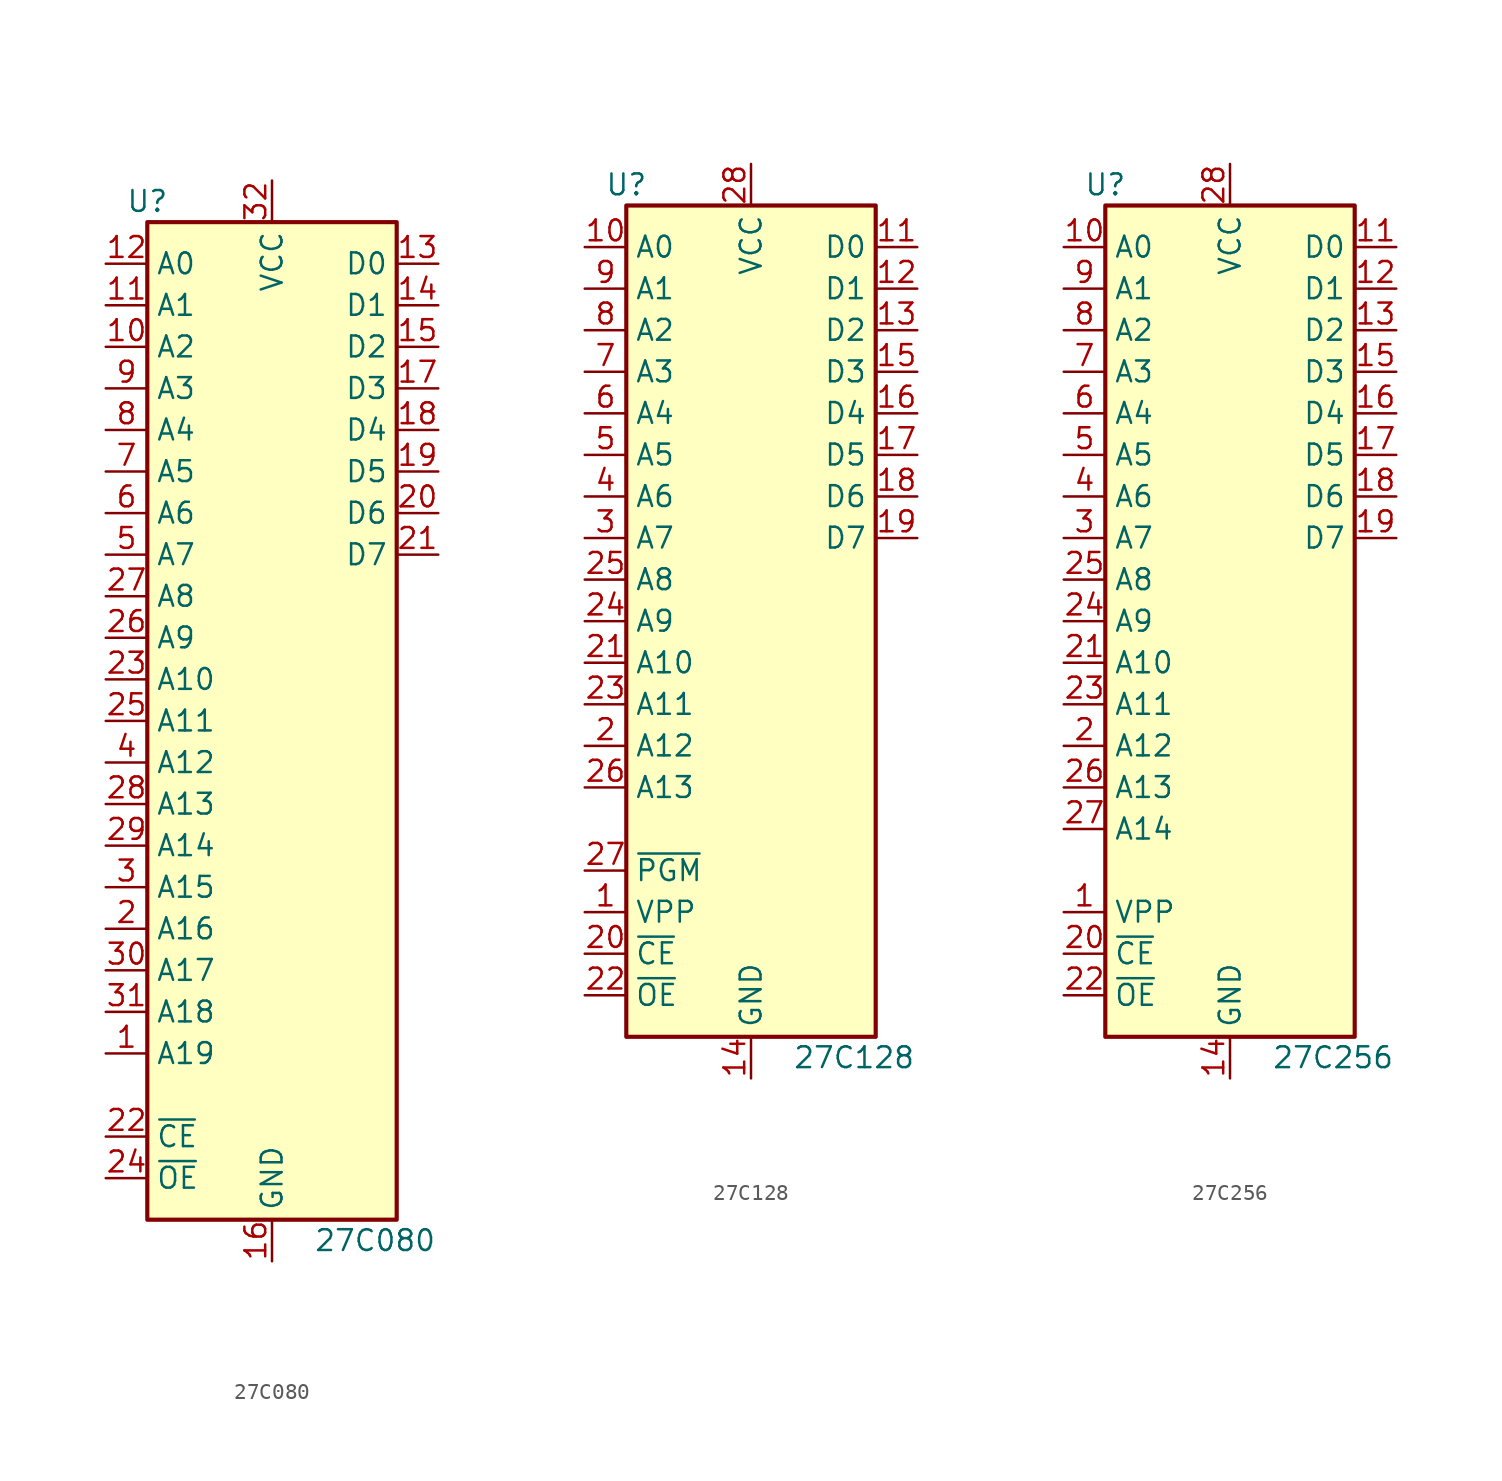
<source format=kicad_sym>
(kicad_symbol_lib
  (version 20201005)
  (generator kicad_symbol_editor)
  (symbol "Memory_EPROM:27C080"
    (property "Reference" "U"
      (at -7.62 31.75 0)
      (effects (font (size 1.27 1.27))))
    (property "Value" "27C080"
      (at 2.54 -31.75 0)
      (effects (font (size 1.27 1.27)) (justify left)))
    (symbol "27C080_1_1"
      (rectangle (start -7.62 30.48) (end 7.62 -30.48) (stroke (width 0.254)) (fill (type background)))
      (pin input line (at -10.16 -20.32 0) (length 2.54) (name "A19" (effects (font (size 1.27 1.27)))) (number "1" (effects (font (size 1.27 1.27)))))
      (pin input line (at -10.16 -12.7 0) (length 2.54) (name "A16" (effects (font (size 1.27 1.27)))) (number "2" (effects (font (size 1.27 1.27)))))
      (pin input line (at -10.16 -10.16 0) (length 2.54) (name "A15" (effects (font (size 1.27 1.27)))) (number "3" (effects (font (size 1.27 1.27)))))
      (pin input line (at -10.16 -2.54 0) (length 2.54) (name "A12" (effects (font (size 1.27 1.27)))) (number "4" (effects (font (size 1.27 1.27)))))
      (pin input line (at -10.16 10.16 0) (length 2.54) (name "A7" (effects (font (size 1.27 1.27)))) (number "5" (effects (font (size 1.27 1.27)))))
      (pin input line (at -10.16 12.7 0) (length 2.54) (name "A6" (effects (font (size 1.27 1.27)))) (number "6" (effects (font (size 1.27 1.27)))))
      (pin input line (at -10.16 15.24 0) (length 2.54) (name "A5" (effects (font (size 1.27 1.27)))) (number "7" (effects (font (size 1.27 1.27)))))
      (pin input line (at -10.16 17.78 0) (length 2.54) (name "A4" (effects (font (size 1.27 1.27)))) (number "8" (effects (font (size 1.27 1.27)))))
      (pin input line (at -10.16 20.32 0) (length 2.54) (name "A3" (effects (font (size 1.27 1.27)))) (number "9" (effects (font (size 1.27 1.27)))))
      (pin input line (at -10.16 22.86 0) (length 2.54) (name "A2" (effects (font (size 1.27 1.27)))) (number "10" (effects (font (size 1.27 1.27)))))
      (pin tri_state line (at 10.16 12.7 180) (length 2.54) (name "D6" (effects (font (size 1.27 1.27)))) (number "20" (effects (font (size 1.27 1.27)))))
      (pin input line (at -10.16 -15.24 0) (length 2.54) (name "A17" (effects (font (size 1.27 1.27)))) (number "30" (effects (font (size 1.27 1.27)))))
      (pin input line (at -10.16 25.4 0) (length 2.54) (name "A1" (effects (font (size 1.27 1.27)))) (number "11" (effects (font (size 1.27 1.27)))))
      (pin tri_state line (at 10.16 10.16 180) (length 2.54) (name "D7" (effects (font (size 1.27 1.27)))) (number "21" (effects (font (size 1.27 1.27)))))
      (pin input line (at -10.16 -17.78 0) (length 2.54) (name "A18" (effects (font (size 1.27 1.27)))) (number "31" (effects (font (size 1.27 1.27)))))
      (pin input line (at -10.16 27.94 0) (length 2.54) (name "A0" (effects (font (size 1.27 1.27)))) (number "12" (effects (font (size 1.27 1.27)))))
      (pin input line (at -10.16 -25.4 0) (length 2.54) (name "~CE" (effects (font (size 1.27 1.27)))) (number "22" (effects (font (size 1.27 1.27)))))
      (pin power_in line (at 0 33.02 270) (length 2.54) (name "VCC" (effects (font (size 1.27 1.27)))) (number "32" (effects (font (size 1.27 1.27)))))
      (pin tri_state line (at 10.16 27.94 180) (length 2.54) (name "D0" (effects (font (size 1.27 1.27)))) (number "13" (effects (font (size 1.27 1.27)))))
      (pin input line (at -10.16 2.54 0) (length 2.54) (name "A10" (effects (font (size 1.27 1.27)))) (number "23" (effects (font (size 1.27 1.27)))))
      (pin tri_state line (at 10.16 25.4 180) (length 2.54) (name "D1" (effects (font (size 1.27 1.27)))) (number "14" (effects (font (size 1.27 1.27)))))
      (pin input line (at -10.16 -27.94 0) (length 2.54) (name "~OE" (effects (font (size 1.27 1.27)))) (number "24" (effects (font (size 1.27 1.27)))))
      (pin tri_state line (at 10.16 22.86 180) (length 2.54) (name "D2" (effects (font (size 1.27 1.27)))) (number "15" (effects (font (size 1.27 1.27)))))
      (pin input line (at -10.16 0 0) (length 2.54) (name "A11" (effects (font (size 1.27 1.27)))) (number "25" (effects (font (size 1.27 1.27)))))
      (pin power_in line (at 0 -33.02 90) (length 2.54) (name "GND" (effects (font (size 1.27 1.27)))) (number "16" (effects (font (size 1.27 1.27)))))
      (pin input line (at -10.16 5.08 0) (length 2.54) (name "A9" (effects (font (size 1.27 1.27)))) (number "26" (effects (font (size 1.27 1.27)))))
      (pin tri_state line (at 10.16 20.32 180) (length 2.54) (name "D3" (effects (font (size 1.27 1.27)))) (number "17" (effects (font (size 1.27 1.27)))))
      (pin input line (at -10.16 7.62 0) (length 2.54) (name "A8" (effects (font (size 1.27 1.27)))) (number "27" (effects (font (size 1.27 1.27)))))
      (pin tri_state line (at 10.16 17.78 180) (length 2.54) (name "D4" (effects (font (size 1.27 1.27)))) (number "18" (effects (font (size 1.27 1.27)))))
      (pin input line (at -10.16 -5.08 0) (length 2.54) (name "A13" (effects (font (size 1.27 1.27)))) (number "28" (effects (font (size 1.27 1.27)))))
      (pin tri_state line (at 10.16 15.24 180) (length 2.54) (name "D5" (effects (font (size 1.27 1.27)))) (number "19" (effects (font (size 1.27 1.27)))))
      (pin input line (at -10.16 -7.62 0) (length 2.54) (name "A14" (effects (font (size 1.27 1.27)))) (number "29" (effects (font (size 1.27 1.27)))))))
  (symbol "Memory_EPROM:27C128"
    (property "Reference" "U"
      (at -7.62 26.67 0)
      (effects (font (size 1.27 1.27))))
    (property "Value" "27C128"
      (at 2.54 -26.67 0)
      (effects (font (size 1.27 1.27)) (justify left)))
    (symbol "27C128_1_1"
      (rectangle (start -7.62 25.4) (end 7.62 -25.4) (stroke (width 0.254)) (fill (type background)))
      (pin input line (at -10.16 -17.78 0) (length 2.54) (name "VPP" (effects (font (size 1.27 1.27)))) (number "1" (effects (font (size 1.27 1.27)))))
      (pin input line (at -10.16 -7.62 0) (length 2.54) (name "A12" (effects (font (size 1.27 1.27)))) (number "2" (effects (font (size 1.27 1.27)))))
      (pin input line (at -10.16 5.08 0) (length 2.54) (name "A7" (effects (font (size 1.27 1.27)))) (number "3" (effects (font (size 1.27 1.27)))))
      (pin input line (at -10.16 7.62 0) (length 2.54) (name "A6" (effects (font (size 1.27 1.27)))) (number "4" (effects (font (size 1.27 1.27)))))
      (pin input line (at -10.16 10.16 0) (length 2.54) (name "A5" (effects (font (size 1.27 1.27)))) (number "5" (effects (font (size 1.27 1.27)))))
      (pin input line (at -10.16 12.7 0) (length 2.54) (name "A4" (effects (font (size 1.27 1.27)))) (number "6" (effects (font (size 1.27 1.27)))))
      (pin input line (at -10.16 15.24 0) (length 2.54) (name "A3" (effects (font (size 1.27 1.27)))) (number "7" (effects (font (size 1.27 1.27)))))
      (pin input line (at -10.16 17.78 0) (length 2.54) (name "A2" (effects (font (size 1.27 1.27)))) (number "8" (effects (font (size 1.27 1.27)))))
      (pin input line (at -10.16 20.32 0) (length 2.54) (name "A1" (effects (font (size 1.27 1.27)))) (number "9" (effects (font (size 1.27 1.27)))))
      (pin input line (at -10.16 22.86 0) (length 2.54) (name "A0" (effects (font (size 1.27 1.27)))) (number "10" (effects (font (size 1.27 1.27)))))
      (pin input line (at -10.16 -20.32 0) (length 2.54) (name "~CE" (effects (font (size 1.27 1.27)))) (number "20" (effects (font (size 1.27 1.27)))))
      (pin tri_state line (at 10.16 22.86 180) (length 2.54) (name "D0" (effects (font (size 1.27 1.27)))) (number "11" (effects (font (size 1.27 1.27)))))
      (pin input line (at -10.16 -2.54 0) (length 2.54) (name "A10" (effects (font (size 1.27 1.27)))) (number "21" (effects (font (size 1.27 1.27)))))
      (pin tri_state line (at 10.16 20.32 180) (length 2.54) (name "D1" (effects (font (size 1.27 1.27)))) (number "12" (effects (font (size 1.27 1.27)))))
      (pin input line (at -10.16 -22.86 0) (length 2.54) (name "~OE" (effects (font (size 1.27 1.27)))) (number "22" (effects (font (size 1.27 1.27)))))
      (pin tri_state line (at 10.16 17.78 180) (length 2.54) (name "D2" (effects (font (size 1.27 1.27)))) (number "13" (effects (font (size 1.27 1.27)))))
      (pin input line (at -10.16 -5.08 0) (length 2.54) (name "A11" (effects (font (size 1.27 1.27)))) (number "23" (effects (font (size 1.27 1.27)))))
      (pin power_in line (at 0 -27.94 90) (length 2.54) (name "GND" (effects (font (size 1.27 1.27)))) (number "14" (effects (font (size 1.27 1.27)))))
      (pin input line (at -10.16 0 0) (length 2.54) (name "A9" (effects (font (size 1.27 1.27)))) (number "24" (effects (font (size 1.27 1.27)))))
      (pin tri_state line (at 10.16 15.24 180) (length 2.54) (name "D3" (effects (font (size 1.27 1.27)))) (number "15" (effects (font (size 1.27 1.27)))))
      (pin input line (at -10.16 2.54 0) (length 2.54) (name "A8" (effects (font (size 1.27 1.27)))) (number "25" (effects (font (size 1.27 1.27)))))
      (pin tri_state line (at 10.16 12.7 180) (length 2.54) (name "D4" (effects (font (size 1.27 1.27)))) (number "16" (effects (font (size 1.27 1.27)))))
      (pin input line (at -10.16 -10.16 0) (length 2.54) (name "A13" (effects (font (size 1.27 1.27)))) (number "26" (effects (font (size 1.27 1.27)))))
      (pin tri_state line (at 10.16 10.16 180) (length 2.54) (name "D5" (effects (font (size 1.27 1.27)))) (number "17" (effects (font (size 1.27 1.27)))))
      (pin input line (at -10.16 -15.24 0) (length 2.54) (name "~PGM" (effects (font (size 1.27 1.27)))) (number "27" (effects (font (size 1.27 1.27)))))
      (pin tri_state line (at 10.16 7.62 180) (length 2.54) (name "D6" (effects (font (size 1.27 1.27)))) (number "18" (effects (font (size 1.27 1.27)))))
      (pin power_in line (at 0 27.94 270) (length 2.54) (name "VCC" (effects (font (size 1.27 1.27)))) (number "28" (effects (font (size 1.27 1.27)))))
      (pin tri_state line (at 10.16 5.08 180) (length 2.54) (name "D7" (effects (font (size 1.27 1.27)))) (number "19" (effects (font (size 1.27 1.27)))))))
  (symbol "Memory_EPROM:27C256"
    (property "Reference" "U"
      (at -7.62 26.67 0)
      (effects (font (size 1.27 1.27))))
    (property "Value" "27C256"
      (at 2.54 -26.67 0)
      (effects (font (size 1.27 1.27)) (justify left)))
    (symbol "27C256_1_1"
      (rectangle (start -7.62 25.4) (end 7.62 -25.4) (stroke (width 0.254)) (fill (type background)))
      (pin input line (at -10.16 -17.78 0) (length 2.54) (name "VPP" (effects (font (size 1.27 1.27)))) (number "1" (effects (font (size 1.27 1.27)))))
      (pin input line (at -10.16 -7.62 0) (length 2.54) (name "A12" (effects (font (size 1.27 1.27)))) (number "2" (effects (font (size 1.27 1.27)))))
      (pin input line (at -10.16 5.08 0) (length 2.54) (name "A7" (effects (font (size 1.27 1.27)))) (number "3" (effects (font (size 1.27 1.27)))))
      (pin input line (at -10.16 7.62 0) (length 2.54) (name "A6" (effects (font (size 1.27 1.27)))) (number "4" (effects (font (size 1.27 1.27)))))
      (pin input line (at -10.16 10.16 0) (length 2.54) (name "A5" (effects (font (size 1.27 1.27)))) (number "5" (effects (font (size 1.27 1.27)))))
      (pin input line (at -10.16 12.7 0) (length 2.54) (name "A4" (effects (font (size 1.27 1.27)))) (number "6" (effects (font (size 1.27 1.27)))))
      (pin input line (at -10.16 15.24 0) (length 2.54) (name "A3" (effects (font (size 1.27 1.27)))) (number "7" (effects (font (size 1.27 1.27)))))
      (pin input line (at -10.16 17.78 0) (length 2.54) (name "A2" (effects (font (size 1.27 1.27)))) (number "8" (effects (font (size 1.27 1.27)))))
      (pin input line (at -10.16 20.32 0) (length 2.54) (name "A1" (effects (font (size 1.27 1.27)))) (number "9" (effects (font (size 1.27 1.27)))))
      (pin input line (at -10.16 22.86 0) (length 2.54) (name "A0" (effects (font (size 1.27 1.27)))) (number "10" (effects (font (size 1.27 1.27)))))
      (pin input line (at -10.16 -20.32 0) (length 2.54) (name "~CE" (effects (font (size 1.27 1.27)))) (number "20" (effects (font (size 1.27 1.27)))))
      (pin tri_state line (at 10.16 22.86 180) (length 2.54) (name "D0" (effects (font (size 1.27 1.27)))) (number "11" (effects (font (size 1.27 1.27)))))
      (pin input line (at -10.16 -2.54 0) (length 2.54) (name "A10" (effects (font (size 1.27 1.27)))) (number "21" (effects (font (size 1.27 1.27)))))
      (pin tri_state line (at 10.16 20.32 180) (length 2.54) (name "D1" (effects (font (size 1.27 1.27)))) (number "12" (effects (font (size 1.27 1.27)))))
      (pin input line (at -10.16 -22.86 0) (length 2.54) (name "~OE" (effects (font (size 1.27 1.27)))) (number "22" (effects (font (size 1.27 1.27)))))
      (pin tri_state line (at 10.16 17.78 180) (length 2.54) (name "D2" (effects (font (size 1.27 1.27)))) (number "13" (effects (font (size 1.27 1.27)))))
      (pin input line (at -10.16 -5.08 0) (length 2.54) (name "A11" (effects (font (size 1.27 1.27)))) (number "23" (effects (font (size 1.27 1.27)))))
      (pin power_in line (at 0 -27.94 90) (length 2.54) (name "GND" (effects (font (size 1.27 1.27)))) (number "14" (effects (font (size 1.27 1.27)))))
      (pin input line (at -10.16 0 0) (length 2.54) (name "A9" (effects (font (size 1.27 1.27)))) (number "24" (effects (font (size 1.27 1.27)))))
      (pin tri_state line (at 10.16 15.24 180) (length 2.54) (name "D3" (effects (font (size 1.27 1.27)))) (number "15" (effects (font (size 1.27 1.27)))))
      (pin input line (at -10.16 2.54 0) (length 2.54) (name "A8" (effects (font (size 1.27 1.27)))) (number "25" (effects (font (size 1.27 1.27)))))
      (pin tri_state line (at 10.16 12.7 180) (length 2.54) (name "D4" (effects (font (size 1.27 1.27)))) (number "16" (effects (font (size 1.27 1.27)))))
      (pin input line (at -10.16 -10.16 0) (length 2.54) (name "A13" (effects (font (size 1.27 1.27)))) (number "26" (effects (font (size 1.27 1.27)))))
      (pin tri_state line (at 10.16 10.16 180) (length 2.54) (name "D5" (effects (font (size 1.27 1.27)))) (number "17" (effects (font (size 1.27 1.27)))))
      (pin input line (at -10.16 -12.7 0) (length 2.54) (name "A14" (effects (font (size 1.27 1.27)))) (number "27" (effects (font (size 1.27 1.27)))))
      (pin tri_state line (at 10.16 7.62 180) (length 2.54) (name "D6" (effects (font (size 1.27 1.27)))) (number "18" (effects (font (size 1.27 1.27)))))
      (pin power_in line (at 0 27.94 270) (length 2.54) (name "VCC" (effects (font (size 1.27 1.27)))) (number "28" (effects (font (size 1.27 1.27)))))
      (pin tri_state line (at 10.16 5.08 180) (length 2.54) (name "D7" (effects (font (size 1.27 1.27)))) (number "19" (effects (font (size 1.27 1.27))))))))
</source>
